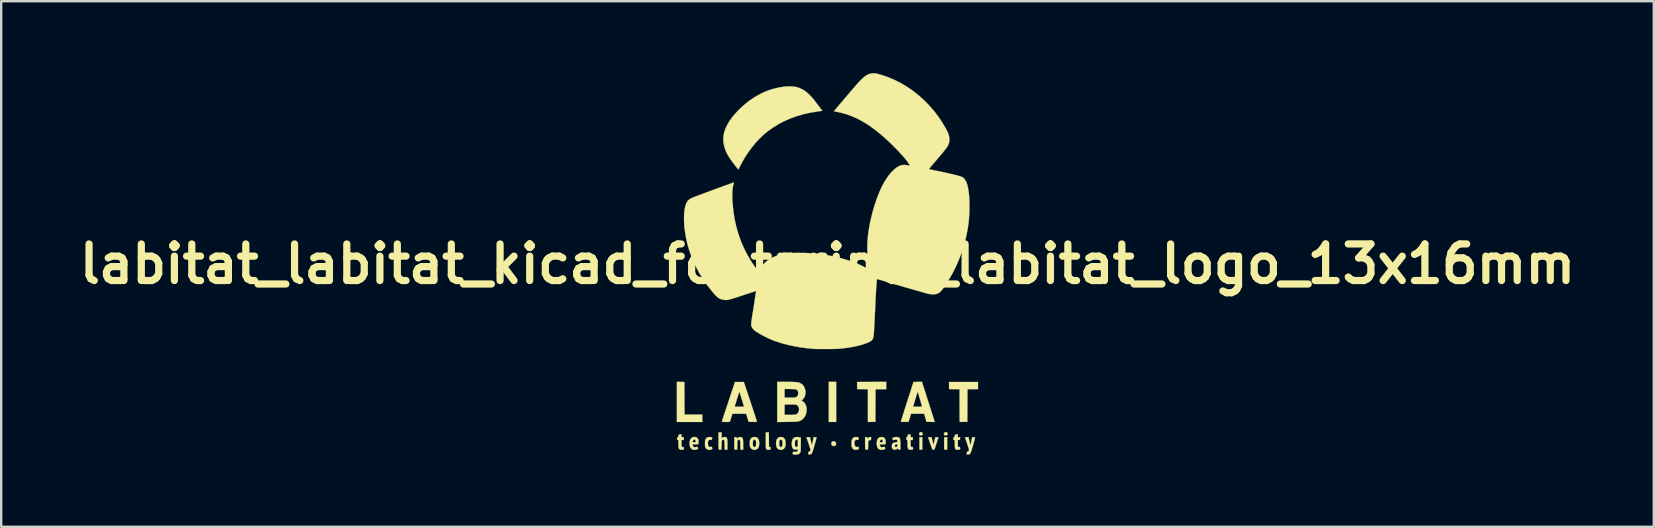
<source format=kicad_pcb>
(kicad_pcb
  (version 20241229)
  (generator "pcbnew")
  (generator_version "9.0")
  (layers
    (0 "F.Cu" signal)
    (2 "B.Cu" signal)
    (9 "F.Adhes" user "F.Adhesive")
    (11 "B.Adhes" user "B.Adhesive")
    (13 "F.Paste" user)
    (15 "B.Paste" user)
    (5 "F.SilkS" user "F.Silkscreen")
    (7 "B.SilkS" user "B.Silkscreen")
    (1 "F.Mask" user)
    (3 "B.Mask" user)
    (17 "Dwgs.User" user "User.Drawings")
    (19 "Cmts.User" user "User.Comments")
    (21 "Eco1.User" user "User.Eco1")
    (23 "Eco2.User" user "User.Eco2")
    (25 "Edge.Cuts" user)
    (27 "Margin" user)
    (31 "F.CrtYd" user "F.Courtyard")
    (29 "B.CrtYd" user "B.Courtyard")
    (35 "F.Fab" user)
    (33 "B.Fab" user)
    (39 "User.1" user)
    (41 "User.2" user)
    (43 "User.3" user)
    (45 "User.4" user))
  (footprint "labitat_labitat_kicad_footprints_labitat_logo_13x16mm"
    (layer "F.Cu")
    (at 31.431 7.95)
    (property "Reference" "labitat_labitat_kicad_footprints_labitat_logo_13x16mm" (at 0 0 0) (layer "F.SilkS") (effects (font (size 1.524 1.524) (thickness 0.3))))
    (attr through_hole)
    (fp_poly (pts (xy 0.36 6.583) (xy 0.053 6.583) (xy 0.053 4.911) (xy 0.36 4.911) (xy 0.36 6.583)) (stroke (width 0.01) (type solid)) (fill yes) (layer "F.SilkS"))
    (fp_poly (pts (xy 3.948 7.736) (xy 3.831 7.736) (xy 3.831 7.218) (xy 3.948 7.218) (xy 3.948 7.736)) (stroke (width 0.01) (type solid)) (fill yes) (layer "F.SilkS"))
    (fp_poly (pts (xy -6.12 4.913) (xy -5.964 4.916) (xy -5.961 5.596) (xy -5.958 6.276) (xy -5.218 6.276) (xy -5.218 6.583) (xy -6.276 6.583) (xy -6.276 4.91) (xy -6.12 4.913)) (stroke (width 0.01) (type solid)) (fill yes) (layer "F.SilkS"))
    (fp_poly (pts (xy 2.445 5.218) (xy 2 5.218) (xy 1.998 5.898) (xy 1.995 6.578) (xy 1.839 6.58) (xy 1.683 6.583) (xy 1.683 5.218) (xy 1.458 5.215) (xy 1.233 5.212) (xy 1.233 4.916) (xy 1.839 4.913) (xy 2.445 4.91) (xy 2.445 5.218)) (stroke (width 0.01) (type solid)) (fill yes) (layer "F.SilkS"))
    (fp_poly (pts (xy 4.985 7.736) (xy 4.926 7.736) (xy 4.887 7.734) (xy 4.865 7.727) (xy 4.863 7.723) (xy 4.861 7.709) (xy 4.86 7.677) (xy 4.86 7.63) (xy 4.859 7.571) (xy 4.86 7.505) (xy 4.86 7.466) (xy 4.863 7.223) (xy 4.985 7.217) (xy 4.985 7.736)) (stroke (width 0.01) (type solid)) (fill yes) (layer "F.SilkS"))
    (fp_poly (pts (xy 3.926 7.014) (xy 3.952 7.035) (xy 3.967 7.064) (xy 3.968 7.095) (xy 3.952 7.123) (xy 3.949 7.126) (xy 3.922 7.139) (xy 3.886 7.143) (xy 3.853 7.138) (xy 3.839 7.131) (xy 3.819 7.104) (xy 3.815 7.073) (xy 3.825 7.043) (xy 3.848 7.019) (xy 3.88 7.007) (xy 3.89 7.006) (xy 3.926 7.014)) (stroke (width 0.01) (type solid)) (fill yes) (layer "F.SilkS"))
    (fp_poly (pts (xy 4.963 7.013) (xy 4.989 7.031) (xy 5.004 7.059) (xy 5.006 7.073) (xy 4.997 7.11) (xy 4.973 7.134) (xy 4.933 7.144) (xy 4.927 7.144) (xy 4.893 7.141) (xy 4.872 7.13) (xy 4.864 7.12) (xy 4.849 7.089) (xy 4.853 7.06) (xy 4.869 7.034) (xy 4.897 7.013) (xy 4.93 7.006) (xy 4.963 7.013)) (stroke (width 0.01) (type solid)) (fill yes) (layer "F.SilkS"))
    (fp_poly (pts (xy 0.302 7.394) (xy 0.333 7.421) (xy 0.356 7.462) (xy 0.359 7.504) (xy 0.341 7.544) (xy 0.329 7.557) (xy 0.291 7.583) (xy 0.249 7.588) (xy 0.208 7.573) (xy 0.191 7.561) (xy 0.168 7.537) (xy 0.16 7.509) (xy 0.159 7.491) (xy 0.164 7.445) (xy 0.182 7.414) (xy 0.215 7.393) (xy 0.215 7.393) (xy 0.261 7.383) (xy 0.302 7.394)) (stroke (width 0.01) (type solid)) (fill yes) (layer "F.SilkS"))
    (fp_poly (pts (xy -2.439 7.625) (xy -2.413 7.624) (xy -2.389 7.627) (xy -2.376 7.643) (xy -2.371 7.674) (xy -2.371 7.686) (xy -2.373 7.712) (xy -2.382 7.726) (xy -2.406 7.735) (xy -2.41 7.736) (xy -2.457 7.745) (xy -2.494 7.743) (xy -2.515 7.737) (xy -2.53 7.73) (xy -2.542 7.722) (xy -2.552 7.71) (xy -2.559 7.692) (xy -2.564 7.666) (xy -2.568 7.63) (xy -2.57 7.581) (xy -2.571 7.518) (xy -2.572 7.437) (xy -2.572 7.348) (xy -2.572 7.017) (xy -2.445 7.017) (xy -2.439 7.625)) (stroke (width 0.01) (type solid)) (fill yes) (layer "F.SilkS"))
    (fp_poly (pts (xy 6.271 5.212) (xy 6.051 5.215) (xy 5.832 5.218) (xy 5.829 5.898) (xy 5.826 6.578) (xy 5.672 6.58) (xy 5.617 6.581) (xy 5.57 6.581) (xy 5.534 6.579) (xy 5.514 6.577) (xy 5.511 6.576) (xy 5.509 6.564) (xy 5.508 6.534) (xy 5.507 6.485) (xy 5.506 6.421) (xy 5.505 6.342) (xy 5.504 6.252) (xy 5.504 6.151) (xy 5.504 6.042) (xy 5.503 5.926) (xy 5.503 5.893) (xy 5.503 5.218) (xy 5.284 5.215) (xy 5.064 5.212) (xy 5.064 4.916) (xy 6.271 4.916) (xy 6.271 5.212)) (stroke (width 0.01) (type solid)) (fill yes) (layer "F.SilkS"))
    (fp_poly (pts (xy 1.808 7.217) (xy 1.817 7.229) (xy 1.819 7.252) (xy 1.816 7.283) (xy 1.811 7.316) (xy 1.805 7.333) (xy 1.795 7.338) (xy 1.775 7.337) (xy 1.775 7.337) (xy 1.743 7.339) (xy 1.72 7.349) (xy 1.712 7.356) (xy 1.706 7.367) (xy 1.702 7.384) (xy 1.699 7.412) (xy 1.697 7.452) (xy 1.694 7.509) (xy 1.693 7.548) (xy 1.688 7.731) (xy 1.635 7.734) (xy 1.603 7.735) (xy 1.58 7.732) (xy 1.574 7.73) (xy 1.572 7.718) (xy 1.57 7.687) (xy 1.568 7.642) (xy 1.567 7.584) (xy 1.566 7.517) (xy 1.566 7.47) (xy 1.566 7.218) (xy 1.614 7.218) (xy 1.644 7.219) (xy 1.659 7.226) (xy 1.667 7.241) (xy 1.668 7.244) (xy 1.674 7.271) (xy 1.711 7.239) (xy 1.75 7.214) (xy 1.786 7.208) (xy 1.808 7.217)) (stroke (width 0.01) (type solid)) (fill yes) (layer "F.SilkS"))
    (fp_poly (pts (xy 4.377 7.383) (xy 4.391 7.437) (xy 4.403 7.481) (xy 4.413 7.512) (xy 4.42 7.528) (xy 4.422 7.528) (xy 4.425 7.511) (xy 4.432 7.478) (xy 4.442 7.433) (xy 4.454 7.38) (xy 4.458 7.363) (xy 4.491 7.218) (xy 4.624 7.218) (xy 4.604 7.279) (xy 4.594 7.308) (xy 4.579 7.353) (xy 4.561 7.41) (xy 4.54 7.473) (xy 4.519 7.538) (xy 4.454 7.736) (xy 4.412 7.736) (xy 4.384 7.733) (xy 4.367 7.725) (xy 4.365 7.723) (xy 4.361 7.71) (xy 4.35 7.679) (xy 4.335 7.635) (xy 4.316 7.58) (xy 4.294 7.516) (xy 4.282 7.482) (xy 4.259 7.416) (xy 4.238 7.356) (xy 4.22 7.304) (xy 4.206 7.265) (xy 4.198 7.241) (xy 4.196 7.236) (xy 4.194 7.227) (xy 4.201 7.221) (xy 4.221 7.218) (xy 4.258 7.218) (xy 4.262 7.218) (xy 4.336 7.218) (xy 4.377 7.383)) (stroke (width 0.01) (type solid)) (fill yes) (layer "F.SilkS"))
    (fp_poly (pts (xy -4.413 7.264) (xy -4.387 7.239) (xy -4.353 7.219) (xy -4.31 7.209) (xy -4.266 7.21) (xy -4.229 7.221) (xy -4.227 7.223) (xy -4.209 7.237) (xy -4.195 7.254) (xy -4.185 7.278) (xy -4.178 7.31) (xy -4.173 7.354) (xy -4.171 7.412) (xy -4.17 7.488) (xy -4.17 7.524) (xy -4.17 7.736) (xy -4.285 7.736) (xy -4.288 7.548) (xy -4.29 7.473) (xy -4.293 7.417) (xy -4.297 7.377) (xy -4.303 7.35) (xy -4.312 7.334) (xy -4.325 7.326) (xy -4.342 7.324) (xy -4.344 7.324) (xy -4.371 7.33) (xy -4.387 7.339) (xy -4.395 7.346) (xy -4.4 7.357) (xy -4.405 7.375) (xy -4.408 7.403) (xy -4.41 7.444) (xy -4.412 7.501) (xy -4.413 7.542) (xy -4.419 7.731) (xy -4.472 7.734) (xy -4.504 7.735) (xy -4.527 7.732) (xy -4.533 7.73) (xy -4.535 7.718) (xy -4.536 7.687) (xy -4.538 7.64) (xy -4.539 7.58) (xy -4.54 7.509) (xy -4.54 7.429) (xy -4.54 7.37) (xy -4.54 7.017) (xy -4.413 7.017) (xy -4.413 7.264)) (stroke (width 0.01) (type solid)) (fill yes) (layer "F.SilkS"))
    (fp_poly (pts (xy -4.871 7.212) (xy -4.836 7.22) (xy -4.812 7.233) (xy -4.805 7.249) (xy -4.808 7.272) (xy -4.816 7.3) (xy -4.826 7.322) (xy -4.84 7.329) (xy -4.863 7.327) (xy -4.91 7.325) (xy -4.945 7.339) (xy -4.968 7.369) (xy -4.981 7.416) (xy -4.985 7.472) (xy -4.979 7.537) (xy -4.963 7.585) (xy -4.936 7.616) (xy -4.899 7.629) (xy -4.854 7.623) (xy -4.835 7.616) (xy -4.823 7.615) (xy -4.814 7.629) (xy -4.807 7.653) (xy -4.801 7.688) (xy -4.806 7.71) (xy -4.827 7.724) (xy -4.863 7.735) (xy -4.913 7.745) (xy -4.954 7.744) (xy -4.989 7.736) (xy -5.029 7.716) (xy -5.062 7.681) (xy -5.084 7.646) (xy -5.094 7.625) (xy -5.1 7.602) (xy -5.104 7.572) (xy -5.106 7.53) (xy -5.106 7.477) (xy -5.106 7.422) (xy -5.104 7.383) (xy -5.101 7.355) (xy -5.094 7.333) (xy -5.085 7.312) (xy -5.08 7.303) (xy -5.058 7.271) (xy -5.034 7.243) (xy -5.025 7.236) (xy -4.994 7.221) (xy -4.955 7.212) (xy -4.912 7.209) (xy -4.871 7.212)) (stroke (width 0.01) (type solid)) (fill yes) (layer "F.SilkS"))
    (fp_poly (pts (xy 1.236 7.212) (xy 1.271 7.22) (xy 1.294 7.233) (xy 1.302 7.249) (xy 1.298 7.272) (xy 1.29 7.3) (xy 1.28 7.322) (xy 1.266 7.329) (xy 1.243 7.327) (xy 1.195 7.326) (xy 1.16 7.34) (xy 1.136 7.372) (xy 1.124 7.42) (xy 1.122 7.464) (xy 1.127 7.531) (xy 1.143 7.582) (xy 1.169 7.614) (xy 1.204 7.628) (xy 1.249 7.624) (xy 1.271 7.616) (xy 1.283 7.615) (xy 1.293 7.629) (xy 1.3 7.653) (xy 1.306 7.688) (xy 1.3 7.71) (xy 1.28 7.724) (xy 1.244 7.735) (xy 1.194 7.745) (xy 1.152 7.744) (xy 1.118 7.736) (xy 1.078 7.716) (xy 1.044 7.681) (xy 1.023 7.646) (xy 1.013 7.625) (xy 1.006 7.602) (xy 1.002 7.572) (xy 1.001 7.531) (xy 1 7.477) (xy 1.001 7.422) (xy 1.002 7.383) (xy 1.006 7.355) (xy 1.012 7.333) (xy 1.022 7.312) (xy 1.027 7.303) (xy 1.048 7.271) (xy 1.072 7.243) (xy 1.082 7.236) (xy 1.112 7.221) (xy 1.152 7.212) (xy 1.194 7.209) (xy 1.236 7.212)) (stroke (width 0.01) (type solid)) (fill yes) (layer "F.SilkS"))
    (fp_poly (pts (xy -3.607 7.211) (xy -3.577 7.22) (xy -3.557 7.233) (xy -3.542 7.249) (xy -3.531 7.272) (xy -3.523 7.304) (xy -3.518 7.348) (xy -3.515 7.406) (xy -3.514 7.481) (xy -3.514 7.522) (xy -3.514 7.736) (xy -3.628 7.736) (xy -3.632 7.548) (xy -3.634 7.473) (xy -3.636 7.417) (xy -3.641 7.377) (xy -3.647 7.35) (xy -3.656 7.334) (xy -3.669 7.326) (xy -3.686 7.324) (xy -3.688 7.324) (xy -3.715 7.33) (xy -3.735 7.342) (xy -3.743 7.35) (xy -3.749 7.361) (xy -3.753 7.377) (xy -3.756 7.402) (xy -3.758 7.44) (xy -3.759 7.493) (xy -3.76 7.546) (xy -3.762 7.731) (xy -3.816 7.734) (xy -3.848 7.735) (xy -3.871 7.732) (xy -3.877 7.73) (xy -3.879 7.718) (xy -3.881 7.687) (xy -3.882 7.642) (xy -3.883 7.584) (xy -3.884 7.517) (xy -3.884 7.47) (xy -3.884 7.218) (xy -3.836 7.218) (xy -3.806 7.219) (xy -3.789 7.226) (xy -3.779 7.242) (xy -3.778 7.246) (xy -3.767 7.274) (xy -3.736 7.244) (xy -3.7 7.222) (xy -3.654 7.21) (xy -3.607 7.211)) (stroke (width 0.01) (type solid)) (fill yes) (layer "F.SilkS"))
    (fp_poly (pts (xy -6.09 7.1) (xy -6.086 7.125) (xy -6.085 7.154) (xy -6.085 7.218) (xy -5.99 7.218) (xy -5.99 7.334) (xy -6.085 7.334) (xy -6.085 7.471) (xy -6.085 7.534) (xy -6.082 7.578) (xy -6.076 7.607) (xy -6.066 7.623) (xy -6.051 7.629) (xy -6.029 7.627) (xy -6.022 7.625) (xy -5.999 7.623) (xy -5.99 7.63) (xy -5.99 7.634) (xy -5.988 7.655) (xy -5.984 7.681) (xy -5.983 7.705) (xy -5.994 7.722) (xy -6.02 7.733) (xy -6.064 7.741) (xy -6.12 7.74) (xy -6.147 7.731) (xy -6.17 7.718) (xy -6.187 7.699) (xy -6.199 7.672) (xy -6.207 7.633) (xy -6.211 7.58) (xy -6.212 7.51) (xy -6.212 7.488) (xy -6.212 7.334) (xy -6.239 7.334) (xy -6.254 7.333) (xy -6.262 7.325) (xy -6.265 7.305) (xy -6.265 7.276) (xy -6.265 7.243) (xy -6.261 7.225) (xy -6.252 7.219) (xy -6.239 7.218) (xy -6.222 7.216) (xy -6.215 7.206) (xy -6.213 7.183) (xy -6.212 7.171) (xy -6.212 7.123) (xy -6.158 7.107) (xy -6.125 7.098) (xy -6.102 7.092) (xy -6.094 7.091) (xy -6.09 7.1)) (stroke (width 0.01) (type solid)) (fill yes) (layer "F.SilkS"))
    (fp_poly (pts (xy -2.979 7.216) (xy -2.926 7.243) (xy -2.886 7.287) (xy -2.86 7.346) (xy -2.859 7.35) (xy -2.851 7.395) (xy -2.847 7.451) (xy -2.848 7.51) (xy -2.853 7.565) (xy -2.862 7.608) (xy -2.863 7.611) (xy -2.894 7.67) (xy -2.937 7.712) (xy -2.99 7.738) (xy -3.05 7.745) (xy -3.115 7.732) (xy -3.117 7.731) (xy -3.167 7.702) (xy -3.207 7.658) (xy -3.229 7.607) (xy -3.237 7.566) (xy -3.241 7.513) (xy -3.242 7.481) (xy -3.113 7.481) (xy -3.111 7.527) (xy -3.107 7.566) (xy -3.1 7.59) (xy -3.076 7.62) (xy -3.047 7.631) (xy -3.016 7.623) (xy -2.999 7.608) (xy -2.988 7.584) (xy -2.979 7.545) (xy -2.975 7.497) (xy -2.974 7.448) (xy -2.978 7.402) (xy -2.987 7.366) (xy -2.988 7.364) (xy -3.009 7.334) (xy -3.037 7.32) (xy -3.066 7.323) (xy -3.091 7.343) (xy -3.102 7.363) (xy -3.108 7.392) (xy -3.112 7.434) (xy -3.113 7.481) (xy -3.242 7.481) (xy -3.242 7.456) (xy -3.24 7.402) (xy -3.233 7.358) (xy -3.229 7.342) (xy -3.199 7.283) (xy -3.156 7.24) (xy -3.101 7.215) (xy -3.043 7.207) (xy -2.979 7.216)) (stroke (width 0.01) (type solid)) (fill yes) (layer "F.SilkS"))
    (fp_poly (pts (xy -1.908 7.21) (xy -1.857 7.223) (xy -1.817 7.251) (xy -1.782 7.297) (xy -1.778 7.303) (xy -1.762 7.347) (xy -1.751 7.404) (xy -1.746 7.468) (xy -1.748 7.532) (xy -1.756 7.588) (xy -1.761 7.607) (xy -1.79 7.665) (xy -1.832 7.708) (xy -1.883 7.736) (xy -1.94 7.746) (xy -2 7.736) (xy -2.032 7.723) (xy -2.066 7.702) (xy -2.094 7.675) (xy -2.102 7.665) (xy -2.122 7.623) (xy -2.136 7.567) (xy -2.145 7.505) (xy -2.145 7.463) (xy -2.014 7.463) (xy -2.014 7.512) (xy -2.01 7.554) (xy -2.002 7.585) (xy -2 7.588) (xy -1.976 7.619) (xy -1.947 7.631) (xy -1.917 7.623) (xy -1.899 7.608) (xy -1.887 7.585) (xy -1.879 7.546) (xy -1.874 7.499) (xy -1.874 7.449) (xy -1.877 7.403) (xy -1.883 7.374) (xy -1.902 7.34) (xy -1.928 7.321) (xy -1.957 7.32) (xy -1.986 7.338) (xy -1.997 7.352) (xy -2.006 7.377) (xy -2.012 7.416) (xy -2.014 7.463) (xy -2.145 7.463) (xy -2.145 7.444) (xy -2.144 7.426) (xy -2.128 7.348) (xy -2.1 7.287) (xy -2.06 7.243) (xy -2.008 7.217) (xy -1.945 7.208) (xy -1.908 7.21)) (stroke (width 0.01) (type solid)) (fill yes) (layer "F.SilkS"))
    (fp_poly (pts (xy 3.458 7.1) (xy 3.46 7.125) (xy 3.461 7.154) (xy 3.461 7.218) (xy 3.556 7.218) (xy 3.556 7.334) (xy 3.461 7.334) (xy 3.461 7.462) (xy 3.462 7.527) (xy 3.465 7.573) (xy 3.471 7.604) (xy 3.481 7.621) (xy 3.496 7.628) (xy 3.517 7.626) (xy 3.519 7.626) (xy 3.543 7.623) (xy 3.554 7.631) (xy 3.56 7.653) (xy 3.565 7.689) (xy 3.561 7.712) (xy 3.544 7.727) (xy 3.511 7.736) (xy 3.482 7.741) (xy 3.439 7.742) (xy 3.401 7.731) (xy 3.397 7.729) (xy 3.375 7.715) (xy 3.359 7.696) (xy 3.348 7.669) (xy 3.34 7.631) (xy 3.336 7.578) (xy 3.335 7.509) (xy 3.334 7.486) (xy 3.334 7.427) (xy 3.333 7.386) (xy 3.331 7.359) (xy 3.328 7.344) (xy 3.322 7.336) (xy 3.314 7.333) (xy 3.31 7.332) (xy 3.296 7.328) (xy 3.288 7.315) (xy 3.284 7.289) (xy 3.283 7.273) (xy 3.282 7.241) (xy 3.284 7.225) (xy 3.293 7.219) (xy 3.307 7.218) (xy 3.323 7.216) (xy 3.331 7.206) (xy 3.334 7.183) (xy 3.334 7.171) (xy 3.334 7.124) (xy 3.391 7.107) (xy 3.423 7.098) (xy 3.447 7.092) (xy 3.454 7.091) (xy 3.458 7.1)) (stroke (width 0.01) (type solid)) (fill yes) (layer "F.SilkS"))
    (fp_poly (pts (xy 5.425 7.102) (xy 5.429 7.126) (xy 5.429 7.154) (xy 5.429 7.218) (xy 5.526 7.218) (xy 5.522 7.273) (xy 5.519 7.329) (xy 5.474 7.332) (xy 5.429 7.335) (xy 5.429 7.477) (xy 5.429 7.534) (xy 5.43 7.574) (xy 5.433 7.599) (xy 5.436 7.614) (xy 5.443 7.622) (xy 5.45 7.625) (xy 5.478 7.628) (xy 5.492 7.625) (xy 5.506 7.624) (xy 5.515 7.634) (xy 5.522 7.659) (xy 5.527 7.694) (xy 5.526 7.711) (xy 5.513 7.723) (xy 5.487 7.733) (xy 5.429 7.744) (xy 5.382 7.741) (xy 5.371 7.737) (xy 5.348 7.723) (xy 5.329 7.705) (xy 5.321 7.694) (xy 5.315 7.68) (xy 5.311 7.659) (xy 5.308 7.629) (xy 5.306 7.584) (xy 5.304 7.523) (xy 5.304 7.508) (xy 5.301 7.336) (xy 5.272 7.332) (xy 5.256 7.329) (xy 5.247 7.319) (xy 5.244 7.297) (xy 5.244 7.276) (xy 5.245 7.245) (xy 5.25 7.228) (xy 5.261 7.222) (xy 5.273 7.22) (xy 5.291 7.216) (xy 5.3 7.205) (xy 5.302 7.181) (xy 5.302 7.17) (xy 5.303 7.143) (xy 5.31 7.127) (xy 5.327 7.117) (xy 5.352 7.108) (xy 5.391 7.095) (xy 5.414 7.093) (xy 5.425 7.102)) (stroke (width 0.01) (type solid)) (fill yes) (layer "F.SilkS"))
    (fp_poly (pts (xy 5.883 7.258) (xy 5.905 7.341) (xy 5.923 7.413) (xy 5.936 7.471) (xy 5.945 7.512) (xy 5.948 7.535) (xy 5.948 7.536) (xy 5.949 7.555) (xy 5.954 7.553) (xy 5.962 7.53) (xy 5.973 7.488) (xy 5.986 7.426) (xy 5.995 7.384) (xy 6.027 7.223) (xy 6.088 7.22) (xy 6.124 7.22) (xy 6.145 7.224) (xy 6.149 7.228) (xy 6.146 7.241) (xy 6.139 7.271) (xy 6.127 7.315) (xy 6.113 7.371) (xy 6.096 7.433) (xy 6.091 7.453) (xy 6.06 7.566) (xy 6.033 7.659) (xy 6.01 7.736) (xy 5.99 7.797) (xy 5.972 7.845) (xy 5.955 7.88) (xy 5.938 7.906) (xy 5.921 7.922) (xy 5.902 7.932) (xy 5.881 7.936) (xy 5.86 7.938) (xy 5.829 7.935) (xy 5.808 7.929) (xy 5.804 7.926) (xy 5.802 7.909) (xy 5.803 7.881) (xy 5.805 7.868) (xy 5.811 7.838) (xy 5.819 7.825) (xy 5.835 7.821) (xy 5.836 7.821) (xy 5.865 7.813) (xy 5.885 7.786) (xy 5.894 7.761) (xy 5.895 7.747) (xy 5.893 7.726) (xy 5.885 7.695) (xy 5.873 7.652) (xy 5.855 7.595) (xy 5.83 7.521) (xy 5.814 7.474) (xy 5.726 7.218) (xy 5.873 7.218) (xy 5.883 7.258)) (stroke (width 0.01) (type solid)) (fill yes) (layer "F.SilkS"))
    (fp_poly (pts (xy -5.482 7.217) (xy -5.436 7.242) (xy -5.401 7.282) (xy -5.394 7.295) (xy -5.385 7.323) (xy -5.378 7.363) (xy -5.374 7.408) (xy -5.374 7.451) (xy -5.376 7.486) (xy -5.382 7.503) (xy -5.395 7.508) (xy -5.425 7.512) (xy -5.469 7.514) (xy -5.508 7.514) (xy -5.628 7.514) (xy -5.62 7.552) (xy -5.601 7.597) (xy -5.571 7.625) (xy -5.529 7.635) (xy -5.476 7.628) (xy -5.439 7.616) (xy -5.425 7.617) (xy -5.41 7.637) (xy -5.405 7.647) (xy -5.394 7.676) (xy -5.397 7.697) (xy -5.416 7.713) (xy -5.452 7.727) (xy -5.464 7.731) (xy -5.528 7.744) (xy -5.585 7.743) (xy -5.613 7.736) (xy -5.656 7.713) (xy -5.695 7.674) (xy -5.724 7.625) (xy -5.733 7.6) (xy -5.744 7.54) (xy -5.747 7.472) (xy -5.743 7.429) (xy -5.623 7.429) (xy -5.558 7.429) (xy -5.523 7.428) (xy -5.498 7.425) (xy -5.489 7.421) (xy -5.487 7.403) (xy -5.492 7.376) (xy -5.501 7.347) (xy -5.512 7.326) (xy -5.516 7.322) (xy -5.547 7.313) (xy -5.577 7.321) (xy -5.601 7.347) (xy -5.615 7.386) (xy -5.616 7.391) (xy -5.623 7.429) (xy -5.743 7.429) (xy -5.741 7.403) (xy -5.728 7.343) (xy -5.714 7.307) (xy -5.68 7.261) (xy -5.636 7.228) (xy -5.585 7.21) (xy -5.533 7.206) (xy -5.482 7.217)) (stroke (width 0.01) (type solid)) (fill yes) (layer "F.SilkS"))
    (fp_poly (pts (xy 2.302 7.214) (xy 2.352 7.234) (xy 2.39 7.271) (xy 2.413 7.323) (xy 2.423 7.392) (xy 2.424 7.41) (xy 2.423 7.453) (xy 2.421 7.482) (xy 2.412 7.5) (xy 2.394 7.51) (xy 2.362 7.514) (xy 2.315 7.514) (xy 2.29 7.514) (xy 2.235 7.515) (xy 2.198 7.517) (xy 2.177 7.523) (xy 2.169 7.534) (xy 2.173 7.552) (xy 2.185 7.58) (xy 2.186 7.584) (xy 2.213 7.616) (xy 2.251 7.633) (xy 2.3 7.633) (xy 2.358 7.617) (xy 2.361 7.615) (xy 2.374 7.616) (xy 2.387 7.634) (xy 2.394 7.651) (xy 2.403 7.679) (xy 2.402 7.698) (xy 2.386 7.712) (xy 2.355 7.725) (xy 2.332 7.732) (xy 2.272 7.745) (xy 2.218 7.743) (xy 2.177 7.732) (xy 2.147 7.719) (xy 2.124 7.706) (xy 2.121 7.704) (xy 2.094 7.67) (xy 2.073 7.621) (xy 2.058 7.561) (xy 2.051 7.494) (xy 2.052 7.427) (xy 2.053 7.413) (xy 2.056 7.399) (xy 2.18 7.399) (xy 2.181 7.416) (xy 2.187 7.425) (xy 2.204 7.429) (xy 2.235 7.429) (xy 2.244 7.429) (xy 2.307 7.429) (xy 2.307 7.395) (xy 2.3 7.357) (xy 2.282 7.328) (xy 2.256 7.314) (xy 2.249 7.313) (xy 2.222 7.323) (xy 2.199 7.346) (xy 2.183 7.378) (xy 2.18 7.399) (xy 2.056 7.399) (xy 2.069 7.338) (xy 2.096 7.282) (xy 2.135 7.241) (xy 2.186 7.218) (xy 2.237 7.21) (xy 2.302 7.214)) (stroke (width 0.01) (type solid)) (fill yes) (layer "F.SilkS"))
    (fp_poly (pts (xy -0.484 7.219) (xy -0.462 7.223) (xy -0.455 7.227) (xy -0.458 7.241) (xy -0.466 7.272) (xy -0.478 7.318) (xy -0.493 7.374) (xy -0.511 7.437) (xy -0.53 7.505) (xy -0.55 7.574) (xy -0.569 7.641) (xy -0.587 7.702) (xy -0.603 7.755) (xy -0.615 7.797) (xy -0.624 7.823) (xy -0.625 7.826) (xy -0.648 7.878) (xy -0.673 7.912) (xy -0.702 7.931) (xy -0.739 7.937) (xy -0.745 7.938) (xy -0.775 7.935) (xy -0.796 7.929) (xy -0.8 7.926) (xy -0.802 7.909) (xy -0.801 7.881) (xy -0.8 7.869) (xy -0.793 7.84) (xy -0.783 7.825) (xy -0.764 7.818) (xy -0.761 7.817) (xy -0.732 7.801) (xy -0.714 7.77) (xy -0.709 7.733) (xy -0.713 7.717) (xy -0.722 7.684) (xy -0.737 7.637) (xy -0.755 7.579) (xy -0.777 7.514) (xy -0.794 7.467) (xy -0.817 7.399) (xy -0.838 7.338) (xy -0.856 7.288) (xy -0.869 7.249) (xy -0.877 7.226) (xy -0.878 7.22) (xy -0.869 7.219) (xy -0.843 7.218) (xy -0.807 7.218) (xy -0.805 7.218) (xy -0.766 7.218) (xy -0.743 7.221) (xy -0.731 7.227) (xy -0.726 7.239) (xy -0.725 7.242) (xy -0.702 7.341) (xy -0.682 7.42) (xy -0.667 7.478) (xy -0.655 7.517) (xy -0.647 7.536) (xy -0.642 7.537) (xy -0.642 7.535) (xy -0.637 7.515) (xy -0.63 7.479) (xy -0.621 7.432) (xy -0.61 7.378) (xy -0.607 7.363) (xy -0.579 7.218) (xy -0.517 7.218) (xy -0.484 7.219)) (stroke (width 0.01) (type solid)) (fill yes) (layer "F.SilkS"))
    (fp_poly (pts (xy 2.919 7.212) (xy 2.966 7.226) (xy 2.982 7.235) (xy 3.001 7.253) (xy 3.015 7.275) (xy 3.025 7.305) (xy 3.031 7.347) (xy 3.035 7.401) (xy 3.036 7.473) (xy 3.036 7.518) (xy 3.036 7.579) (xy 3.036 7.633) (xy 3.037 7.676) (xy 3.038 7.705) (xy 3.039 7.715) (xy 3.036 7.726) (xy 3.017 7.732) (xy 2.997 7.734) (xy 2.968 7.735) (xy 2.952 7.729) (xy 2.942 7.713) (xy 2.939 7.706) (xy 2.927 7.674) (xy 2.892 7.705) (xy 2.861 7.727) (xy 2.828 7.735) (xy 2.812 7.736) (xy 2.778 7.733) (xy 2.749 7.727) (xy 2.744 7.726) (xy 2.711 7.701) (xy 2.689 7.661) (xy 2.68 7.607) (xy 2.68 7.58) (xy 2.682 7.572) (xy 2.805 7.572) (xy 2.812 7.607) (xy 2.832 7.627) (xy 2.863 7.63) (xy 2.89 7.62) (xy 2.903 7.608) (xy 2.909 7.586) (xy 2.91 7.555) (xy 2.91 7.501) (xy 2.872 7.507) (xy 2.834 7.518) (xy 2.812 7.536) (xy 2.805 7.566) (xy 2.805 7.572) (xy 2.682 7.572) (xy 2.688 7.528) (xy 2.708 7.487) (xy 2.742 7.458) (xy 2.792 7.437) (xy 2.859 7.424) (xy 2.86 7.424) (xy 2.89 7.418) (xy 2.905 7.411) (xy 2.91 7.397) (xy 2.91 7.383) (xy 2.908 7.356) (xy 2.902 7.338) (xy 2.881 7.323) (xy 2.844 7.318) (xy 2.796 7.325) (xy 2.786 7.327) (xy 2.731 7.342) (xy 2.716 7.295) (xy 2.706 7.267) (xy 2.706 7.252) (xy 2.714 7.244) (xy 2.727 7.238) (xy 2.795 7.218) (xy 2.86 7.209) (xy 2.919 7.212)) (stroke (width 0.01) (type solid)) (fill yes) (layer "F.SilkS"))
    (fp_poly (pts (xy -1.241 7.21) (xy -1.199 7.215) (xy -1.162 7.222) (xy -1.14 7.228) (xy -1.11 7.239) (xy -1.113 7.533) (xy -1.114 7.619) (xy -1.115 7.688) (xy -1.117 7.74) (xy -1.119 7.779) (xy -1.121 7.808) (xy -1.125 7.828) (xy -1.129 7.843) (xy -1.135 7.855) (xy -1.14 7.863) (xy -1.173 7.903) (xy -1.216 7.928) (xy -1.272 7.941) (xy -1.301 7.944) (xy -1.34 7.944) (xy -1.374 7.943) (xy -1.392 7.941) (xy -1.428 7.93) (xy -1.447 7.92) (xy -1.453 7.906) (xy -1.449 7.883) (xy -1.445 7.867) (xy -1.434 7.833) (xy -1.422 7.82) (xy -1.417 7.82) (xy -1.399 7.823) (xy -1.368 7.827) (xy -1.338 7.829) (xy -1.301 7.831) (xy -1.279 7.829) (xy -1.265 7.821) (xy -1.256 7.809) (xy -1.243 7.781) (xy -1.238 7.749) (xy -1.24 7.725) (xy -1.247 7.718) (xy -1.257 7.721) (xy -1.278 7.727) (xy -1.311 7.733) (xy -1.324 7.734) (xy -1.378 7.731) (xy -1.421 7.713) (xy -1.453 7.677) (xy -1.475 7.623) (xy -1.487 7.552) (xy -1.49 7.519) (xy -1.489 7.477) (xy -1.36 7.477) (xy -1.359 7.529) (xy -1.355 7.565) (xy -1.348 7.59) (xy -1.341 7.602) (xy -1.316 7.625) (xy -1.286 7.63) (xy -1.258 7.616) (xy -1.255 7.614) (xy -1.248 7.603) (xy -1.243 7.584) (xy -1.24 7.553) (xy -1.239 7.508) (xy -1.238 7.46) (xy -1.238 7.324) (xy -1.28 7.324) (xy -1.312 7.328) (xy -1.335 7.342) (xy -1.349 7.368) (xy -1.357 7.41) (xy -1.36 7.469) (xy -1.36 7.477) (xy -1.489 7.477) (xy -1.489 7.426) (xy -1.474 7.35) (xy -1.446 7.29) (xy -1.405 7.246) (xy -1.351 7.219) (xy -1.283 7.209) (xy -1.241 7.21)) (stroke (width 0.01) (type solid)) (fill yes) (layer "F.SilkS"))
    (fp_poly (pts (xy -3.211 5.741) (xy -3.168 5.868) (xy -3.128 5.99) (xy -3.09 6.104) (xy -3.056 6.209) (xy -3.025 6.304) (xy -2.998 6.387) (xy -2.976 6.457) (xy -2.959 6.512) (xy -2.947 6.551) (xy -2.942 6.572) (xy -2.942 6.575) (xy -2.954 6.578) (xy -2.984 6.58) (xy -3.028 6.581) (xy -3.081 6.581) (xy -3.118 6.58) (xy -3.286 6.578) (xy -3.316 6.482) (xy -3.333 6.429) (xy -3.351 6.372) (xy -3.366 6.323) (xy -3.369 6.313) (xy -3.392 6.239) (xy -3.962 6.239) (xy -4.012 6.4) (xy -4.03 6.455) (xy -4.045 6.504) (xy -4.058 6.542) (xy -4.066 6.566) (xy -4.069 6.572) (xy -4.082 6.576) (xy -4.111 6.58) (xy -4.151 6.582) (xy -4.2 6.583) (xy -4.251 6.583) (xy -4.301 6.582) (xy -4.345 6.58) (xy -4.379 6.577) (xy -4.399 6.572) (xy -4.403 6.57) (xy -4.399 6.558) (xy -4.39 6.527) (xy -4.375 6.48) (xy -4.354 6.417) (xy -4.329 6.34) (xy -4.3 6.25) (xy -4.267 6.15) (xy -4.23 6.04) (xy -4.2 5.948) (xy -3.872 5.948) (xy -3.676 5.948) (xy -3.607 5.948) (xy -3.556 5.947) (xy -3.521 5.946) (xy -3.5 5.944) (xy -3.488 5.94) (xy -3.484 5.935) (xy -3.485 5.929) (xy -3.496 5.888) (xy -3.512 5.835) (xy -3.53 5.773) (xy -3.55 5.706) (xy -3.572 5.637) (xy -3.593 5.568) (xy -3.614 5.502) (xy -3.632 5.442) (xy -3.649 5.391) (xy -3.661 5.353) (xy -3.67 5.329) (xy -3.672 5.323) (xy -3.677 5.333) (xy -3.688 5.362) (xy -3.704 5.409) (xy -3.724 5.471) (xy -3.749 5.549) (xy -3.777 5.64) (xy -3.809 5.744) (xy -3.844 5.858) (xy -3.853 5.887) (xy -3.872 5.948) (xy -4.2 5.948) (xy -4.191 5.922) (xy -4.15 5.798) (xy -4.129 5.736) (xy -3.856 4.916) (xy -3.487 4.916) (xy -3.211 5.741)) (stroke (width 0.01) (type solid)) (fill yes) (layer "F.SilkS"))
    (fp_poly (pts (xy -1.409 -7.392) (xy -1.274 -7.367) (xy -1.147 -7.325) (xy -1.026 -7.266) (xy -0.909 -7.19) (xy -0.795 -7.094) (xy -0.681 -6.979) (xy -0.586 -6.869) (xy -0.562 -6.838) (xy -0.53 -6.797) (xy -0.492 -6.748) (xy -0.451 -6.695) (xy -0.408 -6.639) (xy -0.365 -6.582) (xy -0.324 -6.529) (xy -0.287 -6.48) (xy -0.256 -6.438) (xy -0.233 -6.406) (xy -0.219 -6.387) (xy -0.216 -6.382) (xy -0.227 -6.38) (xy -0.256 -6.377) (xy -0.298 -6.371) (xy -0.35 -6.364) (xy -0.381 -6.36) (xy -0.692 -6.31) (xy -0.988 -6.245) (xy -1.271 -6.164) (xy -1.541 -6.067) (xy -1.799 -5.954) (xy -2.046 -5.825) (xy -2.281 -5.679) (xy -2.507 -5.517) (xy -2.545 -5.486) (xy -2.7 -5.353) (xy -2.855 -5.202) (xy -3.007 -5.035) (xy -3.153 -4.857) (xy -3.292 -4.669) (xy -3.42 -4.476) (xy -3.536 -4.279) (xy -3.617 -4.126) (xy -3.646 -4.068) (xy -3.671 -4.018) (xy -3.692 -3.978) (xy -3.707 -3.95) (xy -3.714 -3.938) (xy -3.715 -3.938) (xy -3.723 -3.946) (xy -3.741 -3.968) (xy -3.769 -4.002) (xy -3.804 -4.045) (xy -3.843 -4.096) (xy -3.858 -4.114) (xy -3.957 -4.244) (xy -4.042 -4.363) (xy -4.113 -4.471) (xy -4.173 -4.573) (xy -4.222 -4.67) (xy -4.261 -4.765) (xy -4.292 -4.86) (xy -4.315 -4.957) (xy -4.332 -5.06) (xy -4.339 -5.117) (xy -4.343 -5.251) (xy -4.327 -5.39) (xy -4.291 -5.532) (xy -4.236 -5.678) (xy -4.162 -5.827) (xy -4.07 -5.978) (xy -3.959 -6.13) (xy -3.83 -6.283) (xy -3.684 -6.436) (xy -3.521 -6.588) (xy -3.344 -6.737) (xy -3.218 -6.832) (xy -3.079 -6.925) (xy -2.932 -7.014) (xy -2.782 -7.095) (xy -2.635 -7.165) (xy -2.496 -7.222) (xy -2.494 -7.223) (xy -2.268 -7.296) (xy -2.04 -7.351) (xy -1.813 -7.387) (xy -1.707 -7.397) (xy -1.552 -7.402) (xy -1.409 -7.392)) (stroke (width 0.01) (type solid)) (fill yes) (layer "F.SilkS"))
    (fp_poly (pts (xy 3.962 4.992) (xy 3.969 5.014) (xy 3.981 5.052) (xy 3.999 5.107) (xy 4.021 5.176) (xy 4.046 5.256) (xy 4.075 5.347) (xy 4.106 5.445) (xy 4.14 5.55) (xy 4.174 5.658) (xy 4.209 5.769) (xy 4.245 5.879) (xy 4.279 5.988) (xy 4.313 6.093) (xy 4.344 6.192) (xy 4.373 6.284) (xy 4.399 6.365) (xy 4.421 6.436) (xy 4.439 6.492) (xy 4.452 6.533) (xy 4.459 6.556) (xy 4.46 6.559) (xy 4.468 6.583) (xy 4.296 6.58) (xy 4.125 6.578) (xy 4.076 6.408) (xy 4.027 6.239) (xy 3.479 6.239) (xy 3.429 6.408) (xy 3.379 6.578) (xy 3.22 6.58) (xy 3.164 6.581) (xy 3.116 6.58) (xy 3.08 6.579) (xy 3.059 6.577) (xy 3.056 6.575) (xy 3.058 6.564) (xy 3.067 6.534) (xy 3.081 6.487) (xy 3.1 6.425) (xy 3.124 6.348) (xy 3.152 6.259) (xy 3.184 6.159) (xy 3.219 6.049) (xy 3.255 5.935) (xy 3.569 5.935) (xy 3.572 5.94) (xy 3.586 5.943) (xy 3.614 5.946) (xy 3.657 5.947) (xy 3.718 5.948) (xy 3.751 5.948) (xy 3.811 5.947) (xy 3.863 5.946) (xy 3.904 5.944) (xy 3.93 5.942) (xy 3.937 5.94) (xy 3.935 5.927) (xy 3.927 5.897) (xy 3.915 5.853) (xy 3.9 5.798) (xy 3.882 5.736) (xy 3.862 5.669) (xy 3.842 5.601) (xy 3.823 5.534) (xy 3.804 5.471) (xy 3.787 5.416) (xy 3.773 5.371) (xy 3.763 5.339) (xy 3.757 5.324) (xy 3.757 5.323) (xy 3.752 5.333) (xy 3.743 5.361) (xy 3.729 5.404) (xy 3.711 5.459) (xy 3.691 5.525) (xy 3.669 5.599) (xy 3.662 5.622) (xy 3.64 5.699) (xy 3.619 5.769) (xy 3.601 5.83) (xy 3.586 5.879) (xy 3.576 5.915) (xy 3.57 5.933) (xy 3.569 5.935) (xy 3.255 5.935) (xy 3.256 5.931) (xy 3.296 5.807) (xy 3.317 5.741) (xy 3.583 4.916) (xy 3.759 4.913) (xy 3.935 4.91) (xy 3.962 4.992)) (stroke (width 0.01) (type solid)) (fill yes) (layer "F.SilkS"))
    (fp_poly (pts (xy -1.615 4.911) (xy -1.505 4.913) (xy -1.412 4.916) (xy -1.335 4.921) (xy -1.27 4.928) (xy -1.216 4.937) (xy -1.171 4.95) (xy -1.132 4.965) (xy -1.099 4.984) (xy -1.068 5.007) (xy -1.049 5.023) (xy -0.994 5.086) (xy -0.953 5.162) (xy -0.927 5.246) (xy -0.916 5.335) (xy -0.922 5.426) (xy -0.945 5.513) (xy -0.953 5.534) (xy -0.988 5.592) (xy -1.034 5.64) (xy -1.091 5.691) (xy -1.06 5.704) (xy -1.028 5.723) (xy -0.991 5.756) (xy -0.955 5.794) (xy -0.927 5.832) (xy -0.92 5.844) (xy -0.886 5.932) (xy -0.87 6.028) (xy -0.871 6.127) (xy -0.89 6.227) (xy -0.926 6.322) (xy -0.929 6.328) (xy -0.961 6.38) (xy -1.004 6.432) (xy -1.052 6.478) (xy -1.099 6.512) (xy -1.109 6.518) (xy -1.137 6.532) (xy -1.164 6.543) (xy -1.194 6.552) (xy -1.228 6.559) (xy -1.268 6.565) (xy -1.317 6.57) (xy -1.378 6.573) (xy -1.451 6.576) (xy -1.541 6.578) (xy -1.649 6.579) (xy -1.691 6.58) (xy -2.095 6.585) (xy -2.095 6.287) (xy -1.789 6.287) (xy -1.585 6.286) (xy -1.518 6.286) (xy -1.456 6.284) (xy -1.403 6.282) (xy -1.363 6.279) (xy -1.34 6.276) (xy -1.283 6.253) (xy -1.238 6.214) (xy -1.206 6.162) (xy -1.189 6.098) (xy -1.187 6.027) (xy -1.191 6.001) (xy -1.207 5.955) (xy -1.238 5.912) (xy -1.277 5.879) (xy -1.311 5.863) (xy -1.333 5.86) (xy -1.372 5.857) (xy -1.425 5.855) (xy -1.488 5.853) (xy -1.556 5.853) (xy -1.569 5.853) (xy -1.789 5.853) (xy -1.789 6.287) (xy -2.095 6.287) (xy -2.095 5.567) (xy -1.789 5.567) (xy -1.576 5.567) (xy -1.503 5.567) (xy -1.446 5.566) (xy -1.405 5.564) (xy -1.374 5.562) (xy -1.35 5.557) (xy -1.33 5.552) (xy -1.312 5.545) (xy -1.276 5.525) (xy -1.252 5.502) (xy -1.239 5.478) (xy -1.22 5.417) (xy -1.221 5.352) (xy -1.237 5.296) (xy -1.25 5.272) (xy -1.266 5.252) (xy -1.288 5.238) (xy -1.318 5.227) (xy -1.359 5.22) (xy -1.413 5.214) (xy -1.484 5.211) (xy -1.569 5.209) (xy -1.789 5.205) (xy -1.789 5.567) (xy -2.095 5.567) (xy -2.095 4.911) (xy -1.743 4.911) (xy -1.615 4.911)) (stroke (width 0.01) (type solid)) (fill yes) (layer "F.SilkS"))
    (fp_poly (pts (xy 1.987 -7.941) (xy 2.05 -7.931) (xy 2.125 -7.914) (xy 2.215 -7.888) (xy 2.267 -7.873) (xy 2.539 -7.778) (xy 2.807 -7.664) (xy 3.068 -7.53) (xy 3.321 -7.378) (xy 3.567 -7.208) (xy 3.803 -7.021) (xy 4.029 -6.818) (xy 4.243 -6.6) (xy 4.445 -6.367) (xy 4.609 -6.154) (xy 4.65 -6.096) (xy 4.696 -6.027) (xy 4.746 -5.95) (xy 4.797 -5.868) (xy 4.848 -5.785) (xy 4.895 -5.705) (xy 4.938 -5.631) (xy 4.972 -5.567) (xy 4.998 -5.517) (xy 5 -5.513) (xy 5.039 -5.417) (xy 5.064 -5.331) (xy 5.077 -5.247) (xy 5.078 -5.165) (xy 5.073 -5.104) (xy 5.065 -5.055) (xy 5.051 -5.01) (xy 5.046 -4.998) (xy 5.036 -4.974) (xy 5.027 -4.952) (xy 5.017 -4.932) (xy 5.006 -4.91) (xy 4.992 -4.888) (xy 4.976 -4.862) (xy 4.955 -4.833) (xy 4.93 -4.799) (xy 4.898 -4.759) (xy 4.86 -4.712) (xy 4.815 -4.656) (xy 4.76 -4.591) (xy 4.697 -4.516) (xy 4.623 -4.429) (xy 4.538 -4.328) (xy 4.441 -4.214) (xy 4.346 -4.103) (xy 4.307 -4.056) (xy 4.273 -4.015) (xy 4.247 -3.982) (xy 4.23 -3.96) (xy 4.226 -3.952) (xy 4.237 -3.949) (xy 4.266 -3.942) (xy 4.31 -3.932) (xy 4.368 -3.92) (xy 4.435 -3.906) (xy 4.509 -3.891) (xy 4.515 -3.89) (xy 4.663 -3.86) (xy 4.806 -3.829) (xy 4.944 -3.799) (xy 5.073 -3.77) (xy 5.193 -3.742) (xy 5.301 -3.715) (xy 5.397 -3.691) (xy 5.478 -3.668) (xy 5.542 -3.649) (xy 5.589 -3.632) (xy 5.612 -3.622) (xy 5.675 -3.576) (xy 5.73 -3.513) (xy 5.777 -3.43) (xy 5.816 -3.328) (xy 5.836 -3.26) (xy 5.862 -3.134) (xy 5.883 -2.991) (xy 5.899 -2.834) (xy 5.91 -2.664) (xy 5.915 -2.486) (xy 5.914 -2.302) (xy 5.908 -2.115) (xy 5.897 -1.928) (xy 5.88 -1.744) (xy 5.857 -1.565) (xy 5.852 -1.529) (xy 5.79 -1.193) (xy 5.708 -0.86) (xy 5.607 -0.531) (xy 5.487 -0.208) (xy 5.35 0.107) (xy 5.196 0.412) (xy 5.025 0.706) (xy 4.839 0.987) (xy 4.798 1.044) (xy 4.746 1.111) (xy 4.696 1.162) (xy 4.645 1.201) (xy 4.587 1.232) (xy 4.556 1.245) (xy 4.506 1.257) (xy 4.441 1.263) (xy 4.366 1.264) (xy 4.289 1.258) (xy 4.214 1.246) (xy 4.191 1.24) (xy 4.15 1.23) (xy 4.091 1.214) (xy 4.015 1.193) (xy 3.925 1.167) (xy 3.823 1.138) (xy 3.71 1.106) (xy 3.588 1.071) (xy 3.46 1.034) (xy 3.327 0.995) (xy 3.191 0.956) (xy 3.054 0.916) (xy 2.919 0.876) (xy 2.787 0.837) (xy 2.659 0.799) (xy 2.641 0.793) (xy 2.537 0.762) (xy 2.44 0.734) (xy 2.35 0.707) (xy 2.269 0.684) (xy 2.201 0.664) (xy 2.145 0.648) (xy 2.106 0.637) (xy 2.083 0.631) (xy 2.08 0.631) (xy 2.071 0.632) (xy 2.065 0.638) (xy 2.06 0.653) (xy 2.055 0.679) (xy 2.051 0.721) (xy 2.046 0.773) (xy 2.041 0.841) (xy 2.035 0.927) (xy 2.028 1.028) (xy 2.021 1.14) (xy 2.014 1.259) (xy 2.007 1.383) (xy 2.001 1.508) (xy 1.995 1.631) (xy 1.99 1.748) (xy 1.99 1.752) (xy 1.981 1.951) (xy 1.972 2.136) (xy 1.964 2.306) (xy 1.956 2.46) (xy 1.949 2.598) (xy 1.942 2.718) (xy 1.935 2.821) (xy 1.929 2.905) (xy 1.924 2.969) (xy 1.919 3.014) (xy 1.915 3.034) (xy 1.901 3.086) (xy 1.881 3.13) (xy 1.853 3.169) (xy 1.816 3.203) (xy 1.767 3.236) (xy 1.703 3.267) (xy 1.623 3.3) (xy 1.531 3.333) (xy 1.354 3.387) (xy 1.157 3.434) (xy 0.942 3.474) (xy 0.709 3.507) (xy 0.458 3.532) (xy 0.419 3.535) (xy 0.381 3.537) (xy 0.324 3.539) (xy 0.253 3.54) (xy 0.17 3.542) (xy 0.08 3.542) (xy -0.016 3.543) (xy -0.113 3.543) (xy -0.209 3.543) (xy -0.299 3.543) (xy -0.382 3.542) (xy -0.453 3.541) (xy -0.509 3.54) (xy -0.545 3.538) (xy -0.828 3.513) (xy -1.108 3.477) (xy -1.383 3.429) (xy -1.65 3.371) (xy -1.904 3.304) (xy -2.144 3.227) (xy -2.275 3.178) (xy -2.374 3.137) (xy -2.478 3.09) (xy -2.584 3.039) (xy -2.688 2.985) (xy -2.788 2.931) (xy -2.879 2.878) (xy -2.959 2.827) (xy -3.023 2.782) (xy -3.04 2.769) (xy -3.096 2.715) (xy -3.14 2.656) (xy -3.17 2.596) (xy -3.176 2.579) (xy -3.18 2.556) (xy -3.181 2.526) (xy -3.18 2.487) (xy -3.176 2.437) (xy -3.168 2.374) (xy -3.158 2.297) (xy -3.144 2.203) (xy -3.126 2.092) (xy -3.111 2.006) (xy -3.097 1.917) (xy -3.082 1.826) (xy -3.068 1.737) (xy -3.055 1.655) (xy -3.044 1.585) (xy -3.037 1.535) (xy -3.027 1.465) (xy -3.017 1.391) (xy -3.006 1.32) (xy -2.996 1.26) (xy -2.994 1.25) (xy -2.986 1.202) (xy -2.98 1.163) (xy -2.977 1.136) (xy -2.977 1.126) (xy -2.987 1.129) (xy -3.015 1.138) (xy -3.06 1.152) (xy -3.118 1.17) (xy -3.189 1.193) (xy -3.27 1.22) (xy -3.359 1.249) (xy -3.445 1.277) (xy -3.583 1.323) (xy -3.702 1.362) (xy -3.805 1.396) (xy -3.893 1.423) (xy -3.967 1.446) (xy -4.029 1.465) (xy -4.081 1.479) (xy -4.125 1.489) (xy -4.162 1.496) (xy -4.194 1.5) (xy -4.222 1.502) (xy -4.248 1.501) (xy -4.274 1.499) (xy -4.302 1.495) (xy -4.313 1.494) (xy -4.374 1.483) (xy -4.427 1.47) (xy -4.475 1.453) (xy -4.521 1.429) (xy -4.566 1.398) (xy -4.613 1.358) (xy -4.665 1.306) (xy -4.724 1.241) (xy -4.792 1.162) (xy -4.82 1.128) (xy -5.022 0.87) (xy -5.206 0.603) (xy -5.371 0.328) (xy -5.517 0.046) (xy -5.644 -0.243) (xy -5.752 -0.538) (xy -5.839 -0.838) (xy -5.906 -1.143) (xy -5.953 -1.451) (xy -5.964 -1.55) (xy -5.972 -1.655) (xy -5.977 -1.766) (xy -5.979 -1.878) (xy -5.978 -1.986) (xy -5.975 -2.086) (xy -5.968 -2.173) (xy -5.963 -2.219) (xy -5.942 -2.337) (xy -5.918 -2.437) (xy -5.888 -2.52) (xy -5.852 -2.589) (xy -5.809 -2.645) (xy -5.756 -2.692) (xy -5.693 -2.732) (xy -5.67 -2.744) (xy -5.647 -2.754) (xy -5.607 -2.77) (xy -5.551 -2.792) (xy -5.483 -2.818) (xy -5.402 -2.849) (xy -5.311 -2.883) (xy -5.212 -2.92) (xy -5.107 -2.96) (xy -4.997 -3.001) (xy -4.883 -3.043) (xy -4.768 -3.085) (xy -4.653 -3.127) (xy -4.541 -3.169) (xy -4.432 -3.208) (xy -4.328 -3.246) (xy -4.232 -3.281) (xy -4.145 -3.312) (xy -4.068 -3.34) (xy -4.003 -3.362) (xy -3.953 -3.379) (xy -3.918 -3.391) (xy -3.901 -3.396) (xy -3.9 -3.396) (xy -3.901 -3.384) (xy -3.907 -3.358) (xy -3.916 -3.327) (xy -3.937 -3.244) (xy -3.954 -3.153) (xy -3.964 -3.053) (xy -3.97 -2.941) (xy -3.97 -2.814) (xy -3.964 -2.67) (xy -3.958 -2.559) (xy -3.925 -2.219) (xy -3.874 -1.889) (xy -3.805 -1.569) (xy -3.717 -1.258) (xy -3.61 -0.957) (xy -3.484 -0.664) (xy -3.339 -0.379) (xy -3.175 -0.102) (xy -2.991 0.167) (xy -2.949 0.224) (xy -2.864 0.338) (xy -2.815 0.235) (xy -2.746 0.112) (xy -2.662 0.002) (xy -2.563 -0.097) (xy -2.45 -0.183) (xy -2.32 -0.258) (xy -2.173 -0.322) (xy -2.009 -0.376) (xy -1.827 -0.418) (xy -1.699 -0.441) (xy -1.645 -0.447) (xy -1.572 -0.453) (xy -1.481 -0.457) (xy -1.372 -0.461) (xy -1.278 -0.463) (xy -0.919 -0.46) (xy -0.562 -0.438) (xy -0.21 -0.398) (xy 0.136 -0.34) (xy 0.475 -0.265) (xy 0.804 -0.172) (xy 1.122 -0.062) (xy 1.164 -0.046) (xy 1.244 -0.013) (xy 1.332 0.026) (xy 1.424 0.069) (xy 1.513 0.114) (xy 1.596 0.157) (xy 1.666 0.197) (xy 1.696 0.215) (xy 1.734 0.239) (xy 1.765 0.258) (xy 1.784 0.269) (xy 1.789 0.272) (xy 1.786 0.261) (xy 1.779 0.236) (xy 1.769 0.201) (xy 1.768 0.197) (xy 1.754 0.143) (xy 1.738 0.074) (xy 1.722 -0.003) (xy 1.707 -0.082) (xy 1.694 -0.156) (xy 1.684 -0.221) (xy 1.683 -0.228) (xy 1.664 -0.439) (xy 1.657 -0.664) (xy 1.663 -0.9) (xy 1.682 -1.145) (xy 1.714 -1.396) (xy 1.758 -1.651) (xy 1.773 -1.726) (xy 1.827 -1.964) (xy 1.888 -2.2) (xy 1.955 -2.429) (xy 2.028 -2.65) (xy 2.104 -2.858) (xy 2.183 -3.049) (xy 2.206 -3.102) (xy 2.29 -3.273) (xy 2.378 -3.431) (xy 2.47 -3.576) (xy 2.564 -3.708) (xy 2.661 -3.823) (xy 2.759 -3.922) (xy 2.856 -4.004) (xy 2.953 -4.066) (xy 3.045 -4.108) (xy 3.104 -4.122) (xy 3.175 -4.129) (xy 3.249 -4.127) (xy 3.319 -4.118) (xy 3.344 -4.112) (xy 3.379 -4.103) (xy 3.406 -4.097) (xy 3.416 -4.096) (xy 3.421 -4.104) (xy 3.415 -4.125) (xy 3.398 -4.158) (xy 3.372 -4.201) (xy 3.339 -4.25) (xy 3.3 -4.305) (xy 3.256 -4.361) (xy 3.211 -4.417) (xy 3.178 -4.456) (xy 2.972 -4.682) (xy 2.764 -4.897) (xy 2.555 -5.1) (xy 2.347 -5.29) (xy 2.14 -5.465) (xy 1.938 -5.624) (xy 1.74 -5.766) (xy 1.548 -5.889) (xy 1.535 -5.897) (xy 1.296 -6.03) (xy 1.054 -6.142) (xy 0.809 -6.233) (xy 0.562 -6.304) (xy 0.368 -6.345) (xy 0.265 -6.363) (xy 0.316 -6.423) (xy 0.335 -6.445) (xy 0.365 -6.482) (xy 0.406 -6.529) (xy 0.453 -6.586) (xy 0.507 -6.649) (xy 0.563 -6.716) (xy 0.598 -6.757) (xy 0.719 -6.901) (xy 0.828 -7.03) (xy 0.925 -7.144) (xy 1.011 -7.245) (xy 1.088 -7.334) (xy 1.155 -7.411) (xy 1.215 -7.479) (xy 1.267 -7.537) (xy 1.313 -7.587) (xy 1.354 -7.631) (xy 1.391 -7.668) (xy 1.424 -7.7) (xy 1.454 -7.729) (xy 1.478 -7.749) (xy 1.549 -7.808) (xy 1.611 -7.854) (xy 1.667 -7.887) (xy 1.723 -7.911) (xy 1.783 -7.928) (xy 1.85 -7.94) (xy 1.885 -7.944) (xy 1.933 -7.945) (xy 1.987 -7.941)) (stroke (width 0.01) (type solid)) (fill yes) (layer "F.SilkS")))
  (gr_rect
    (start -3 -3)
    (end 65.861 18.9)
    (stroke (width 0.1) (type default))
    (fill no)
    (layer "Edge.Cuts")))
</source>
